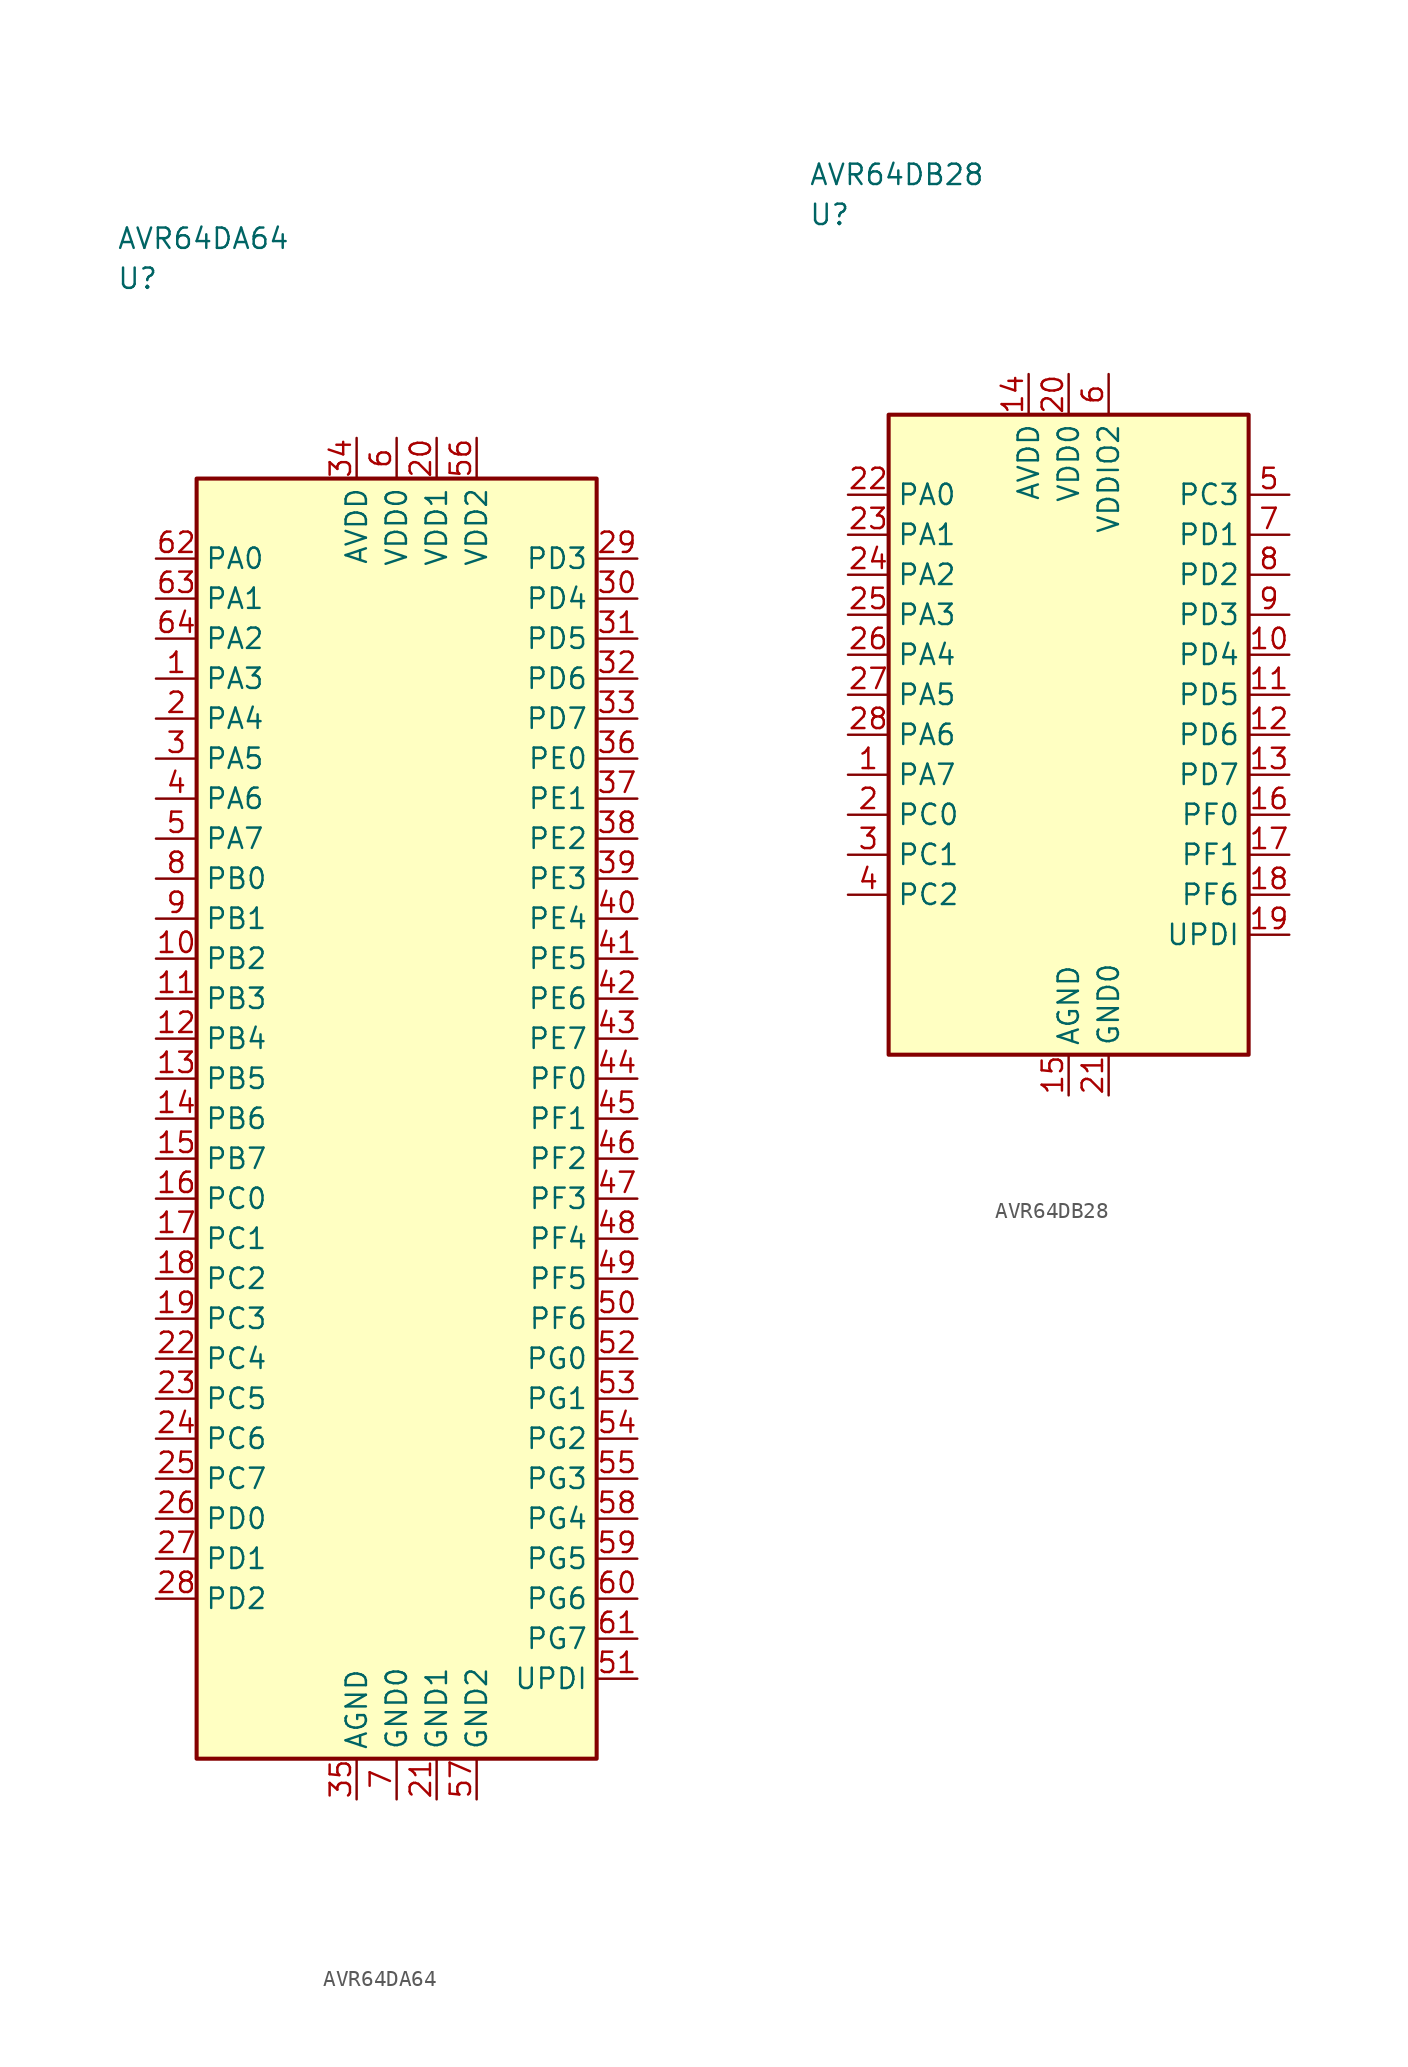
<source format=kicad_sym>
(kicad_symbol_lib
  (version 20241025)
  (generator "kicad_symbol_editor")
  (generator_version "8.0")
  (symbol "AVR64DA64"
    (property "Reference" "U"
      (at -17.5 52.5 0)
      (effects (font (size 1.27 1.27)) (justify left)))
    (property "Value" "AVR64DA64"
      (at -17.5 55.0 0)
      (effects (font (size 1.27 1.27)) (justify left)))
    (symbol "AVR64DA64_0_1"
      (rectangle (start -12.5 40.0) (end 12.5 -40.0) (stroke (width 0.254) (type default)) (fill (type background))))
    (symbol "AVR64DA64_1_1"
      (pin bidirectional line (at -15.04 27.5 0.0) (length 2.54) (name "PA3" (effects (font (size 1.27 1.27)))) (number "1" (effects (font (size 1.27 1.27)))))
      (pin bidirectional line (at -15.04 25.0 0.0) (length 2.54) (name "PA4" (effects (font (size 1.27 1.27)))) (number "2" (effects (font (size 1.27 1.27)))))
      (pin bidirectional line (at -15.04 22.5 0.0) (length 2.54) (name "PA5" (effects (font (size 1.27 1.27)))) (number "3" (effects (font (size 1.27 1.27)))))
      (pin bidirectional line (at -15.04 20.0 0.0) (length 2.54) (name "PA6" (effects (font (size 1.27 1.27)))) (number "4" (effects (font (size 1.27 1.27)))))
      (pin bidirectional line (at -15.04 17.5 0.0) (length 2.54) (name "PA7" (effects (font (size 1.27 1.27)))) (number "5" (effects (font (size 1.27 1.27)))))
      (pin power_in line (at 0.0 42.54 270.0) (length 2.54) (name "VDD0" (effects (font (size 1.27 1.27)))) (number "6" (effects (font (size 1.27 1.27)))))
      (pin passive line (at 0.0 -42.54 90.0) (length 2.54) (name "GND0" (effects (font (size 1.27 1.27)))) (number "7" (effects (font (size 1.27 1.27)))))
      (pin bidirectional line (at -15.04 15.0 0.0) (length 2.54) (name "PB0" (effects (font (size 1.27 1.27)))) (number "8" (effects (font (size 1.27 1.27)))))
      (pin bidirectional line (at -15.04 12.5 0.0) (length 2.54) (name "PB1" (effects (font (size 1.27 1.27)))) (number "9" (effects (font (size 1.27 1.27)))))
      (pin bidirectional line (at -15.04 10.0 0.0) (length 2.54) (name "PB2" (effects (font (size 1.27 1.27)))) (number "10" (effects (font (size 1.27 1.27)))))
      (pin bidirectional line (at -15.04 7.5 0.0) (length 2.54) (name "PB3" (effects (font (size 1.27 1.27)))) (number "11" (effects (font (size 1.27 1.27)))))
      (pin bidirectional line (at -15.04 5.0 0.0) (length 2.54) (name "PB4" (effects (font (size 1.27 1.27)))) (number "12" (effects (font (size 1.27 1.27)))))
      (pin bidirectional line (at -15.04 2.5 0.0) (length 2.54) (name "PB5" (effects (font (size 1.27 1.27)))) (number "13" (effects (font (size 1.27 1.27)))))
      (pin bidirectional line (at -15.04 0.0 0.0) (length 2.54) (name "PB6" (effects (font (size 1.27 1.27)))) (number "14" (effects (font (size 1.27 1.27)))))
      (pin bidirectional line (at -15.04 -2.5 0.0) (length 2.54) (name "PB7" (effects (font (size 1.27 1.27)))) (number "15" (effects (font (size 1.27 1.27)))))
      (pin bidirectional line (at -15.04 -5.0 0.0) (length 2.54) (name "PC0" (effects (font (size 1.27 1.27)))) (number "16" (effects (font (size 1.27 1.27)))))
      (pin bidirectional line (at -15.04 -7.5 0.0) (length 2.54) (name "PC1" (effects (font (size 1.27 1.27)))) (number "17" (effects (font (size 1.27 1.27)))))
      (pin bidirectional line (at -15.04 -10.0 0.0) (length 2.54) (name "PC2" (effects (font (size 1.27 1.27)))) (number "18" (effects (font (size 1.27 1.27)))))
      (pin bidirectional line (at -15.04 -12.5 0.0) (length 2.54) (name "PC3" (effects (font (size 1.27 1.27)))) (number "19" (effects (font (size 1.27 1.27)))))
      (pin power_in line (at 2.5 42.54 270.0) (length 2.54) (name "VDD1" (effects (font (size 1.27 1.27)))) (number "20" (effects (font (size 1.27 1.27)))))
      (pin passive line (at 2.5 -42.54 90.0) (length 2.54) (name "GND1" (effects (font (size 1.27 1.27)))) (number "21" (effects (font (size 1.27 1.27)))))
      (pin bidirectional line (at -15.04 -15.0 0.0) (length 2.54) (name "PC4" (effects (font (size 1.27 1.27)))) (number "22" (effects (font (size 1.27 1.27)))))
      (pin bidirectional line (at -15.04 -17.5 0.0) (length 2.54) (name "PC5" (effects (font (size 1.27 1.27)))) (number "23" (effects (font (size 1.27 1.27)))))
      (pin bidirectional line (at -15.04 -20.0 0.0) (length 2.54) (name "PC6" (effects (font (size 1.27 1.27)))) (number "24" (effects (font (size 1.27 1.27)))))
      (pin bidirectional line (at -15.04 -22.5 0.0) (length 2.54) (name "PC7" (effects (font (size 1.27 1.27)))) (number "25" (effects (font (size 1.27 1.27)))))
      (pin bidirectional line (at -15.04 -25.0 0.0) (length 2.54) (name "PD0" (effects (font (size 1.27 1.27)))) (number "26" (effects (font (size 1.27 1.27)))))
      (pin bidirectional line (at -15.04 -27.5 0.0) (length 2.54) (name "PD1" (effects (font (size 1.27 1.27)))) (number "27" (effects (font (size 1.27 1.27)))))
      (pin bidirectional line (at -15.04 -30.0 0.0) (length 2.54) (name "PD2" (effects (font (size 1.27 1.27)))) (number "28" (effects (font (size 1.27 1.27)))))
      (pin bidirectional line (at 15.04 35.0 180.0) (length 2.54) (name "PD3" (effects (font (size 1.27 1.27)))) (number "29" (effects (font (size 1.27 1.27)))))
      (pin bidirectional line (at 15.04 32.5 180.0) (length 2.54) (name "PD4" (effects (font (size 1.27 1.27)))) (number "30" (effects (font (size 1.27 1.27)))))
      (pin bidirectional line (at 15.04 30.0 180.0) (length 2.54) (name "PD5" (effects (font (size 1.27 1.27)))) (number "31" (effects (font (size 1.27 1.27)))))
      (pin bidirectional line (at 15.04 27.5 180.0) (length 2.54) (name "PD6" (effects (font (size 1.27 1.27)))) (number "32" (effects (font (size 1.27 1.27)))))
      (pin bidirectional line (at 15.04 25.0 180.0) (length 2.54) (name "PD7" (effects (font (size 1.27 1.27)))) (number "33" (effects (font (size 1.27 1.27)))))
      (pin power_in line (at -2.5 42.54 270.0) (length 2.54) (name "AVDD" (effects (font (size 1.27 1.27)))) (number "34" (effects (font (size 1.27 1.27)))))
      (pin passive line (at -2.5 -42.54 90.0) (length 2.54) (name "AGND" (effects (font (size 1.27 1.27)))) (number "35" (effects (font (size 1.27 1.27)))))
      (pin bidirectional line (at 15.04 22.5 180.0) (length 2.54) (name "PE0" (effects (font (size 1.27 1.27)))) (number "36" (effects (font (size 1.27 1.27)))))
      (pin bidirectional line (at 15.04 20.0 180.0) (length 2.54) (name "PE1" (effects (font (size 1.27 1.27)))) (number "37" (effects (font (size 1.27 1.27)))))
      (pin bidirectional line (at 15.04 17.5 180.0) (length 2.54) (name "PE2" (effects (font (size 1.27 1.27)))) (number "38" (effects (font (size 1.27 1.27)))))
      (pin bidirectional line (at 15.04 15.0 180.0) (length 2.54) (name "PE3" (effects (font (size 1.27 1.27)))) (number "39" (effects (font (size 1.27 1.27)))))
      (pin bidirectional line (at 15.04 12.5 180.0) (length 2.54) (name "PE4" (effects (font (size 1.27 1.27)))) (number "40" (effects (font (size 1.27 1.27)))))
      (pin bidirectional line (at 15.04 10.0 180.0) (length 2.54) (name "PE5" (effects (font (size 1.27 1.27)))) (number "41" (effects (font (size 1.27 1.27)))))
      (pin bidirectional line (at 15.04 7.5 180.0) (length 2.54) (name "PE6" (effects (font (size 1.27 1.27)))) (number "42" (effects (font (size 1.27 1.27)))))
      (pin bidirectional line (at 15.04 5.0 180.0) (length 2.54) (name "PE7" (effects (font (size 1.27 1.27)))) (number "43" (effects (font (size 1.27 1.27)))))
      (pin bidirectional line (at 15.04 2.5 180.0) (length 2.54) (name "PF0" (effects (font (size 1.27 1.27)))) (number "44" (effects (font (size 1.27 1.27)))))
      (pin bidirectional line (at 15.04 0.0 180.0) (length 2.54) (name "PF1" (effects (font (size 1.27 1.27)))) (number "45" (effects (font (size 1.27 1.27)))))
      (pin bidirectional line (at 15.04 -2.5 180.0) (length 2.54) (name "PF2" (effects (font (size 1.27 1.27)))) (number "46" (effects (font (size 1.27 1.27)))))
      (pin bidirectional line (at 15.04 -5.0 180.0) (length 2.54) (name "PF3" (effects (font (size 1.27 1.27)))) (number "47" (effects (font (size 1.27 1.27)))))
      (pin bidirectional line (at 15.04 -7.5 180.0) (length 2.54) (name "PF4" (effects (font (size 1.27 1.27)))) (number "48" (effects (font (size 1.27 1.27)))))
      (pin bidirectional line (at 15.04 -10.0 180.0) (length 2.54) (name "PF5" (effects (font (size 1.27 1.27)))) (number "49" (effects (font (size 1.27 1.27)))))
      (pin bidirectional line (at 15.04 -12.5 180.0) (length 2.54) (name "PF6" (effects (font (size 1.27 1.27)))) (number "50" (effects (font (size 1.27 1.27)))))
      (pin bidirectional line (at 15.04 -35.0 180.0) (length 2.54) (name "UPDI" (effects (font (size 1.27 1.27)))) (number "51" (effects (font (size 1.27 1.27)))))
      (pin bidirectional line (at 15.04 -15.0 180.0) (length 2.54) (name "PG0" (effects (font (size 1.27 1.27)))) (number "52" (effects (font (size 1.27 1.27)))))
      (pin bidirectional line (at 15.04 -17.5 180.0) (length 2.54) (name "PG1" (effects (font (size 1.27 1.27)))) (number "53" (effects (font (size 1.27 1.27)))))
      (pin bidirectional line (at 15.04 -20.0 180.0) (length 2.54) (name "PG2" (effects (font (size 1.27 1.27)))) (number "54" (effects (font (size 1.27 1.27)))))
      (pin bidirectional line (at 15.04 -22.5 180.0) (length 2.54) (name "PG3" (effects (font (size 1.27 1.27)))) (number "55" (effects (font (size 1.27 1.27)))))
      (pin power_in line (at 5.0 42.54 270.0) (length 2.54) (name "VDD2" (effects (font (size 1.27 1.27)))) (number "56" (effects (font (size 1.27 1.27)))))
      (pin passive line (at 5.0 -42.54 90.0) (length 2.54) (name "GND2" (effects (font (size 1.27 1.27)))) (number "57" (effects (font (size 1.27 1.27)))))
      (pin bidirectional line (at 15.04 -25.0 180.0) (length 2.54) (name "PG4" (effects (font (size 1.27 1.27)))) (number "58" (effects (font (size 1.27 1.27)))))
      (pin bidirectional line (at 15.04 -27.5 180.0) (length 2.54) (name "PG5" (effects (font (size 1.27 1.27)))) (number "59" (effects (font (size 1.27 1.27)))))
      (pin bidirectional line (at 15.04 -30.0 180.0) (length 2.54) (name "PG6" (effects (font (size 1.27 1.27)))) (number "60" (effects (font (size 1.27 1.27)))))
      (pin bidirectional line (at 15.04 -32.5 180.0) (length 2.54) (name "PG7" (effects (font (size 1.27 1.27)))) (number "61" (effects (font (size 1.27 1.27)))))
      (pin bidirectional line (at -15.04 35.0 0.0) (length 2.54) (name "PA0" (effects (font (size 1.27 1.27)))) (number "62" (effects (font (size 1.27 1.27)))))
      (pin bidirectional line (at -15.04 32.5 0.0) (length 2.54) (name "PA1" (effects (font (size 1.27 1.27)))) (number "63" (effects (font (size 1.27 1.27)))))
      (pin bidirectional line (at -15.04 30.0 0.0) (length 2.54) (name "PA2" (effects (font (size 1.27 1.27)))) (number "64" (effects (font (size 1.27 1.27)))))))
  (symbol "AVR64DB28"
    (property "Reference" "U"
      (at -16.25 32.5 0)
      (effects (font (size 1.27 1.27)) (justify left)))
    (property "Value" "AVR64DB28"
      (at -16.25 35.0 0)
      (effects (font (size 1.27 1.27)) (justify left)))
    (symbol "AVR64DB28_0_1"
      (rectangle (start -11.25 20.0) (end 11.25 -20.0) (stroke (width 0.254) (type default)) (fill (type background))))
    (symbol "AVR64DB28_1_1"
      (pin bidirectional line (at -13.79 -2.5 0.0) (length 2.54) (name "PA7" (effects (font (size 1.27 1.27)))) (number "1" (effects (font (size 1.27 1.27)))))
      (pin bidirectional line (at -13.79 -5.0 0.0) (length 2.54) (name "PC0" (effects (font (size 1.27 1.27)))) (number "2" (effects (font (size 1.27 1.27)))))
      (pin bidirectional line (at -13.79 -7.5 0.0) (length 2.54) (name "PC1" (effects (font (size 1.27 1.27)))) (number "3" (effects (font (size 1.27 1.27)))))
      (pin bidirectional line (at -13.79 -10.0 0.0) (length 2.54) (name "PC2" (effects (font (size 1.27 1.27)))) (number "4" (effects (font (size 1.27 1.27)))))
      (pin bidirectional line (at 13.79 15.0 180.0) (length 2.54) (name "PC3" (effects (font (size 1.27 1.27)))) (number "5" (effects (font (size 1.27 1.27)))))
      (pin power_in line (at 2.5 22.54 270.0) (length 2.54) (name "VDDIO2" (effects (font (size 1.27 1.27)))) (number "6" (effects (font (size 1.27 1.27)))))
      (pin bidirectional line (at 13.79 12.5 180.0) (length 2.54) (name "PD1" (effects (font (size 1.27 1.27)))) (number "7" (effects (font (size 1.27 1.27)))))
      (pin bidirectional line (at 13.79 10.0 180.0) (length 2.54) (name "PD2" (effects (font (size 1.27 1.27)))) (number "8" (effects (font (size 1.27 1.27)))))
      (pin bidirectional line (at 13.79 7.5 180.0) (length 2.54) (name "PD3" (effects (font (size 1.27 1.27)))) (number "9" (effects (font (size 1.27 1.27)))))
      (pin bidirectional line (at 13.79 5.0 180.0) (length 2.54) (name "PD4" (effects (font (size 1.27 1.27)))) (number "10" (effects (font (size 1.27 1.27)))))
      (pin bidirectional line (at 13.79 2.5 180.0) (length 2.54) (name "PD5" (effects (font (size 1.27 1.27)))) (number "11" (effects (font (size 1.27 1.27)))))
      (pin bidirectional line (at 13.79 0.0 180.0) (length 2.54) (name "PD6" (effects (font (size 1.27 1.27)))) (number "12" (effects (font (size 1.27 1.27)))))
      (pin bidirectional line (at 13.79 -2.5 180.0) (length 2.54) (name "PD7" (effects (font (size 1.27 1.27)))) (number "13" (effects (font (size 1.27 1.27)))))
      (pin power_in line (at -2.5 22.54 270.0) (length 2.54) (name "AVDD" (effects (font (size 1.27 1.27)))) (number "14" (effects (font (size 1.27 1.27)))))
      (pin passive line (at 0.0 -22.54 90.0) (length 2.54) (name "AGND" (effects (font (size 1.27 1.27)))) (number "15" (effects (font (size 1.27 1.27)))))
      (pin bidirectional line (at 13.79 -5.0 180.0) (length 2.54) (name "PF0" (effects (font (size 1.27 1.27)))) (number "16" (effects (font (size 1.27 1.27)))))
      (pin bidirectional line (at 13.79 -7.5 180.0) (length 2.54) (name "PF1" (effects (font (size 1.27 1.27)))) (number "17" (effects (font (size 1.27 1.27)))))
      (pin bidirectional line (at 13.79 -10.0 180.0) (length 2.54) (name "PF6" (effects (font (size 1.27 1.27)))) (number "18" (effects (font (size 1.27 1.27)))))
      (pin bidirectional line (at 13.79 -12.5 180.0) (length 2.54) (name "UPDI" (effects (font (size 1.27 1.27)))) (number "19" (effects (font (size 1.27 1.27)))))
      (pin power_in line (at 0.0 22.54 270.0) (length 2.54) (name "VDD0" (effects (font (size 1.27 1.27)))) (number "20" (effects (font (size 1.27 1.27)))))
      (pin passive line (at 2.5 -22.54 90.0) (length 2.54) (name "GND0" (effects (font (size 1.27 1.27)))) (number "21" (effects (font (size 1.27 1.27)))))
      (pin bidirectional line (at -13.79 15.0 0.0) (length 2.54) (name "PA0" (effects (font (size 1.27 1.27)))) (number "22" (effects (font (size 1.27 1.27)))))
      (pin bidirectional line (at -13.79 12.5 0.0) (length 2.54) (name "PA1" (effects (font (size 1.27 1.27)))) (number "23" (effects (font (size 1.27 1.27)))))
      (pin bidirectional line (at -13.79 10.0 0.0) (length 2.54) (name "PA2" (effects (font (size 1.27 1.27)))) (number "24" (effects (font (size 1.27 1.27)))))
      (pin bidirectional line (at -13.79 7.5 0.0) (length 2.54) (name "PA3" (effects (font (size 1.27 1.27)))) (number "25" (effects (font (size 1.27 1.27)))))
      (pin bidirectional line (at -13.79 5.0 0.0) (length 2.54) (name "PA4" (effects (font (size 1.27 1.27)))) (number "26" (effects (font (size 1.27 1.27)))))
      (pin bidirectional line (at -13.79 2.5 0.0) (length 2.54) (name "PA5" (effects (font (size 1.27 1.27)))) (number "27" (effects (font (size 1.27 1.27)))))
      (pin bidirectional line (at -13.79 0.0 0.0) (length 2.54) (name "PA6" (effects (font (size 1.27 1.27)))) (number "28" (effects (font (size 1.27 1.27))))))))
</source>
